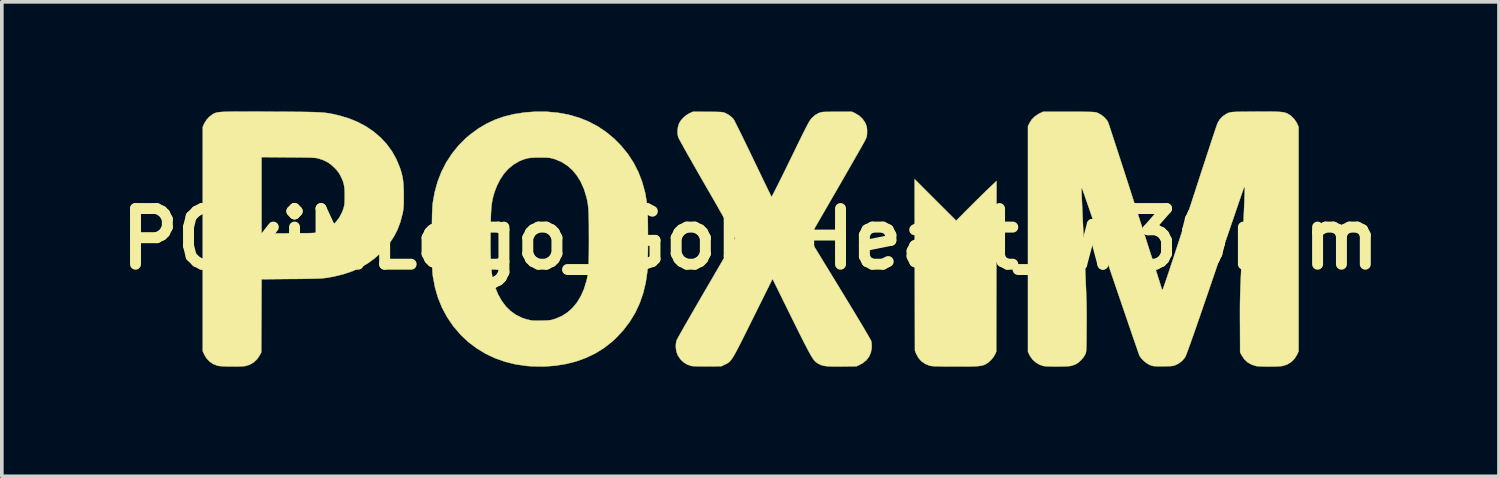
<source format=kicad_pcb>
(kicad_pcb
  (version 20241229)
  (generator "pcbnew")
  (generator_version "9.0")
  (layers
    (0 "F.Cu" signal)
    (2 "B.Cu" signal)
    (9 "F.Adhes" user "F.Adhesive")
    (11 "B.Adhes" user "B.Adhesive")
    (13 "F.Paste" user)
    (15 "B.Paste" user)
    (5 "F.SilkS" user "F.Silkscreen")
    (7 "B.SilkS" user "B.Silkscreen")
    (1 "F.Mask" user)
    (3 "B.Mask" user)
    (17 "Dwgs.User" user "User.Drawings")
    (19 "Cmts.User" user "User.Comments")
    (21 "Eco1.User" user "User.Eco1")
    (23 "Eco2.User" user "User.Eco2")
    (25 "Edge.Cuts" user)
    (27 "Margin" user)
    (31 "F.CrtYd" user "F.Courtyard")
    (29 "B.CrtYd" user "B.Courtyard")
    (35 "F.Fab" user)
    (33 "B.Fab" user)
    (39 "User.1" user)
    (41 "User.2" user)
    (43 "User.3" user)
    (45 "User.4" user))
  (footprint "POxiMLogo_GoldHeart_W30mm"
    (layer "F.Cu")
    (at 17.497 3.495)
    (property "Reference" "POxiMLogo_GoldHeart_W30mm" (at 0 0 0) (layer "F.SilkS") (effects (font (size 1.524 1.524) (thickness 0.3))))
    (attr through_hole)
    (fp_poly (pts (xy 5.254 -3.449) (xy 5.364 -3.399) (xy 5.417 -3.364) (xy 5.486 -3.297) (xy 5.549 -3.212) (xy 5.597 -3.121) (xy 5.616 -3.064) (xy 5.637 -2.981) (xy 5.648 -3.034) (xy 5.684 -3.137) (xy 5.744 -3.238) (xy 5.822 -3.329) (xy 5.913 -3.402) (xy 5.973 -3.435) (xy 6.044 -3.457) (xy 6.133 -3.469) (xy 6.23 -3.471) (xy 6.323 -3.462) (xy 6.401 -3.444) (xy 6.422 -3.435) (xy 6.5 -3.388) (xy 6.578 -3.322) (xy 6.648 -3.245) (xy 6.699 -3.167) (xy 6.704 -3.158) (xy 6.726 -3.108) (xy 6.739 -3.061) (xy 6.745 -3.007) (xy 6.746 -2.942) (xy 6.743 -2.872) (xy 6.733 -2.81) (xy 6.713 -2.749) (xy 6.681 -2.685) (xy 6.634 -2.61) (xy 6.569 -2.52) (xy 6.558 -2.506) (xy 6.529 -2.47) (xy 6.484 -2.419) (xy 6.425 -2.354) (xy 6.356 -2.279) (xy 6.278 -2.196) (xy 6.195 -2.109) (xy 6.108 -2.019) (xy 6.022 -1.93) (xy 5.938 -1.844) (xy 5.859 -1.765) (xy 5.788 -1.694) (xy 5.728 -1.635) (xy 5.681 -1.59) (xy 5.649 -1.563) (xy 5.637 -1.555) (xy 5.623 -1.566) (xy 5.591 -1.595) (xy 5.542 -1.642) (xy 5.479 -1.702) (xy 5.405 -1.775) (xy 5.323 -1.856) (xy 5.254 -1.925) (xy 5.108 -2.074) (xy 4.982 -2.205) (xy 4.876 -2.32) (xy 4.788 -2.422) (xy 4.715 -2.512) (xy 4.657 -2.593) (xy 4.61 -2.666) (xy 4.579 -2.723) (xy 4.549 -2.788) (xy 4.531 -2.838) (xy 4.523 -2.885) (xy 4.522 -2.936) (xy 4.537 -3.059) (xy 4.577 -3.169) (xy 4.638 -3.265) (xy 4.718 -3.345) (xy 4.811 -3.408) (xy 4.915 -3.451) (xy 5.026 -3.474) (xy 5.14 -3.474) (xy 5.254 -3.449)) (stroke (width 0.01) (type solid)) (fill yes) (layer "F.Mask"))
    (fp_poly (pts (xy 5.065 -1.071) (xy 5.634 -0.503) (xy 6.007 -0.878) (xy 6.105 -0.975) (xy 6.204 -1.074) (xy 6.301 -1.17) (xy 6.391 -1.258) (xy 6.471 -1.336) (xy 6.536 -1.398) (xy 6.56 -1.421) (xy 6.739 -1.589) (xy 6.735 0.749) (xy 6.731 3.087) (xy 6.697 3.16) (xy 6.654 3.233) (xy 6.593 3.306) (xy 6.524 3.371) (xy 6.457 3.419) (xy 6.449 3.422) (xy 6.415 3.439) (xy 6.38 3.452) (xy 6.341 3.463) (xy 6.296 3.472) (xy 6.241 3.479) (xy 6.173 3.484) (xy 6.089 3.487) (xy 5.986 3.489) (xy 5.861 3.49) (xy 5.71 3.49) (xy 5.606 3.49) (xy 5.444 3.49) (xy 5.309 3.489) (xy 5.199 3.487) (xy 5.11 3.485) (xy 5.041 3.483) (xy 4.987 3.479) (xy 4.947 3.474) (xy 4.917 3.469) (xy 4.91 3.467) (xy 4.789 3.42) (xy 4.685 3.348) (xy 4.601 3.255) (xy 4.54 3.143) (xy 4.54 3.143) (xy 4.505 3.057) (xy 4.501 0.709) (xy 4.497 -1.639) (xy 5.065 -1.071)) (stroke (width 0.01) (type solid)) (fill yes) (layer "F.SilkS"))
    (fp_poly (pts (xy -13.637 -3.489) (xy -13.43 -3.489) (xy -13.195 -3.488) (xy -13.135 -3.487) (xy -12.89 -3.486) (xy -12.673 -3.485) (xy -12.483 -3.483) (xy -12.316 -3.482) (xy -12.17 -3.48) (xy -12.044 -3.477) (xy -11.934 -3.474) (xy -11.839 -3.47) (xy -11.756 -3.466) (xy -11.683 -3.46) (xy -11.617 -3.453) (xy -11.557 -3.445) (xy -11.5 -3.435) (xy -11.444 -3.424) (xy -11.386 -3.412) (xy -11.324 -3.397) (xy -11.271 -3.385) (xy -11.007 -3.307) (xy -10.759 -3.207) (xy -10.529 -3.085) (xy -10.319 -2.943) (xy -10.129 -2.781) (xy -9.961 -2.601) (xy -9.816 -2.403) (xy -9.696 -2.19) (xy -9.607 -1.977) (xy -9.57 -1.868) (xy -9.542 -1.768) (xy -9.521 -1.671) (xy -9.507 -1.57) (xy -9.498 -1.458) (xy -9.493 -1.33) (xy -9.492 -1.189) (xy -9.492 -1.071) (xy -9.493 -0.978) (xy -9.496 -0.903) (xy -9.501 -0.842) (xy -9.507 -0.787) (xy -9.517 -0.734) (xy -9.526 -0.691) (xy -9.586 -0.463) (xy -9.664 -0.256) (xy -9.762 -0.066) (xy -9.883 0.114) (xy -10.031 0.288) (xy -10.093 0.352) (xy -10.272 0.515) (xy -10.463 0.656) (xy -10.67 0.777) (xy -10.894 0.878) (xy -11.137 0.96) (xy -11.403 1.026) (xy -11.603 1.062) (xy -11.646 1.067) (xy -11.697 1.072) (xy -11.758 1.077) (xy -11.832 1.081) (xy -11.921 1.084) (xy -12.029 1.086) (xy -12.158 1.089) (xy -12.311 1.091) (xy -12.49 1.093) (xy -12.574 1.093) (xy -13.385 1.101) (xy -13.394 3.103) (xy -13.437 3.184) (xy -13.51 3.292) (xy -13.604 3.379) (xy -13.715 3.442) (xy -13.831 3.477) (xy -13.88 3.483) (xy -13.952 3.487) (xy -14.04 3.489) (xy -14.139 3.49) (xy -14.241 3.49) (xy -14.342 3.487) (xy -14.434 3.484) (xy -14.51 3.479) (xy -14.566 3.473) (xy -14.583 3.47) (xy -14.703 3.425) (xy -14.808 3.355) (xy -14.894 3.263) (xy -14.951 3.167) (xy -14.995 3.072) (xy -14.995 -0.151) (xy -13.386 -0.151) (xy -12.643 -0.156) (xy -12.473 -0.157) (xy -12.33 -0.159) (xy -12.212 -0.16) (xy -12.116 -0.161) (xy -12.039 -0.163) (xy -11.977 -0.166) (xy -11.928 -0.169) (xy -11.89 -0.173) (xy -11.858 -0.178) (xy -11.831 -0.183) (xy -11.805 -0.19) (xy -11.785 -0.196) (xy -11.623 -0.26) (xy -11.48 -0.347) (xy -11.357 -0.457) (xy -11.256 -0.587) (xy -11.178 -0.737) (xy -11.15 -0.812) (xy -11.134 -0.864) (xy -11.123 -0.91) (xy -11.115 -0.957) (xy -11.111 -1.012) (xy -11.109 -1.084) (xy -11.108 -1.174) (xy -11.109 -1.296) (xy -11.115 -1.395) (xy -11.128 -1.48) (xy -11.148 -1.559) (xy -11.179 -1.638) (xy -11.218 -1.723) (xy -11.265 -1.806) (xy -11.326 -1.886) (xy -11.389 -1.952) (xy -11.489 -2.043) (xy -11.592 -2.112) (xy -11.707 -2.166) (xy -11.801 -2.197) (xy -11.828 -2.205) (xy -11.854 -2.212) (xy -11.883 -2.217) (xy -11.917 -2.222) (xy -11.959 -2.225) (xy -12.012 -2.228) (xy -12.08 -2.231) (xy -12.164 -2.232) (xy -12.268 -2.234) (xy -12.395 -2.235) (xy -12.548 -2.237) (xy -12.65 -2.237) (xy -13.386 -2.243) (xy -13.386 -0.151) (xy -14.995 -0.151) (xy -14.995 -3.072) (xy -14.951 -3.167) (xy -14.895 -3.26) (xy -14.819 -3.344) (xy -14.732 -3.411) (xy -14.703 -3.428) (xy -14.68 -3.439) (xy -14.657 -3.449) (xy -14.632 -3.457) (xy -14.602 -3.465) (xy -14.566 -3.471) (xy -14.522 -3.476) (xy -14.468 -3.48) (xy -14.402 -3.484) (xy -14.321 -3.486) (xy -14.224 -3.488) (xy -14.11 -3.489) (xy -13.975 -3.49) (xy -13.818 -3.49) (xy -13.637 -3.489)) (stroke (width 0.01) (type solid)) (fill yes) (layer "F.SilkS"))
    (fp_poly (pts (xy -5.58 -3.486) (xy -5.272 -3.458) (xy -4.977 -3.404) (xy -4.696 -3.323) (xy -4.429 -3.216) (xy -4.176 -3.082) (xy -3.939 -2.922) (xy -3.717 -2.736) (xy -3.54 -2.556) (xy -3.357 -2.331) (xy -3.199 -2.09) (xy -3.068 -1.833) (xy -2.963 -1.561) (xy -2.884 -1.275) (xy -2.832 -0.974) (xy -2.821 -0.878) (xy -2.818 -0.819) (xy -2.814 -0.735) (xy -2.811 -0.627) (xy -2.809 -0.502) (xy -2.807 -0.363) (xy -2.806 -0.214) (xy -2.806 -0.06) (xy -2.806 0.097) (xy -2.806 0.25) (xy -2.808 0.397) (xy -2.81 0.533) (xy -2.812 0.655) (xy -2.815 0.757) (xy -2.818 0.836) (xy -2.821 0.878) (xy -2.865 1.186) (xy -2.935 1.479) (xy -3.031 1.755) (xy -3.153 2.017) (xy -3.302 2.262) (xy -3.477 2.493) (xy -3.678 2.708) (xy -3.793 2.814) (xy -4.008 2.983) (xy -4.242 3.128) (xy -4.493 3.249) (xy -4.76 3.347) (xy -5.041 3.419) (xy -5.335 3.467) (xy -5.641 3.49) (xy -5.956 3.486) (xy -6.129 3.474) (xy -6.427 3.431) (xy -6.713 3.361) (xy -6.986 3.265) (xy -7.246 3.143) (xy -7.49 2.995) (xy -7.718 2.824) (xy -7.927 2.628) (xy -8.116 2.41) (xy -8.141 2.378) (xy -8.304 2.138) (xy -8.441 1.884) (xy -8.551 1.616) (xy -8.634 1.333) (xy -8.691 1.034) (xy -8.698 0.986) (xy -8.704 0.921) (xy -8.709 0.828) (xy -8.714 0.714) (xy -8.717 0.581) (xy -8.72 0.433) (xy -8.722 0.275) (xy -8.723 0.11) (xy -8.723 0.037) (xy -7.118 0.037) (xy -7.118 0.245) (xy -7.115 0.427) (xy -7.11 0.587) (xy -7.103 0.726) (xy -7.092 0.849) (xy -7.079 0.956) (xy -7.063 1.051) (xy -7.053 1.098) (xy -6.991 1.316) (xy -6.911 1.513) (xy -6.812 1.689) (xy -6.697 1.843) (xy -6.566 1.972) (xy -6.419 2.077) (xy -6.259 2.156) (xy -6.143 2.194) (xy -6.08 2.21) (xy -6.03 2.222) (xy -5.986 2.23) (xy -5.94 2.235) (xy -5.886 2.236) (xy -5.816 2.236) (xy -5.723 2.235) (xy -5.717 2.235) (xy -5.624 2.233) (xy -5.554 2.229) (xy -5.499 2.224) (xy -5.451 2.216) (xy -5.402 2.203) (xy -5.345 2.185) (xy -5.333 2.181) (xy -5.163 2.108) (xy -5.008 2.009) (xy -4.87 1.886) (xy -4.748 1.738) (xy -4.644 1.566) (xy -4.558 1.373) (xy -4.491 1.157) (xy -4.491 1.154) (xy -4.475 1.092) (xy -4.463 1.032) (xy -4.452 0.97) (xy -4.444 0.903) (xy -4.437 0.829) (xy -4.431 0.745) (xy -4.427 0.646) (xy -4.425 0.53) (xy -4.423 0.394) (xy -4.422 0.234) (xy -4.421 0.048) (xy -4.421 0) (xy -4.422 -0.193) (xy -4.422 -0.359) (xy -4.424 -0.5) (xy -4.427 -0.621) (xy -4.43 -0.723) (xy -4.435 -0.811) (xy -4.442 -0.887) (xy -4.45 -0.955) (xy -4.46 -1.017) (xy -4.472 -1.078) (xy -4.487 -1.139) (xy -4.49 -1.152) (xy -4.557 -1.369) (xy -4.643 -1.564) (xy -4.748 -1.735) (xy -4.87 -1.884) (xy -5.01 -2.008) (xy -5.166 -2.108) (xy -5.337 -2.182) (xy -5.39 -2.198) (xy -5.44 -2.212) (xy -5.487 -2.221) (xy -5.537 -2.228) (xy -5.599 -2.231) (xy -5.677 -2.233) (xy -5.771 -2.233) (xy -5.893 -2.231) (xy -5.993 -2.226) (xy -6.077 -2.216) (xy -6.152 -2.199) (xy -6.226 -2.174) (xy -6.307 -2.141) (xy -6.335 -2.128) (xy -6.485 -2.041) (xy -6.622 -1.929) (xy -6.746 -1.791) (xy -6.854 -1.631) (xy -6.945 -1.45) (xy -7.006 -1.288) (xy -7.029 -1.212) (xy -7.049 -1.139) (xy -7.065 -1.065) (xy -7.079 -0.987) (xy -7.089 -0.901) (xy -7.098 -0.803) (xy -7.104 -0.69) (xy -7.109 -0.558) (xy -7.113 -0.403) (xy -7.115 -0.221) (xy -7.116 -0.198) (xy -7.118 0.037) (xy -8.723 0.037) (xy -8.723 -0.057) (xy -8.722 -0.223) (xy -8.72 -0.384) (xy -8.718 -0.535) (xy -8.715 -0.673) (xy -8.71 -0.794) (xy -8.705 -0.893) (xy -8.699 -0.968) (xy -8.697 -0.986) (xy -8.644 -1.285) (xy -8.564 -1.571) (xy -8.459 -1.842) (xy -8.328 -2.098) (xy -8.172 -2.337) (xy -7.993 -2.559) (xy -7.79 -2.762) (xy -7.679 -2.856) (xy -7.458 -3.019) (xy -7.229 -3.156) (xy -6.988 -3.269) (xy -6.734 -3.357) (xy -6.465 -3.422) (xy -6.177 -3.466) (xy -5.9 -3.486) (xy -5.58 -3.486)) (stroke (width 0.01) (type solid)) (fill yes) (layer "F.SilkS"))
    (fp_poly (pts (xy 2.87 -3.443) (xy 2.977 -3.378) (xy 3.068 -3.293) (xy 3.137 -3.193) (xy 3.15 -3.167) (xy 3.173 -3.112) (xy 3.186 -3.064) (xy 3.193 -3.008) (xy 3.194 -2.942) (xy 3.193 -2.873) (xy 3.187 -2.821) (xy 3.173 -2.775) (xy 3.15 -2.722) (xy 3.146 -2.714) (xy 3.132 -2.687) (xy 3.104 -2.635) (xy 3.062 -2.561) (xy 3.009 -2.466) (xy 2.944 -2.353) (xy 2.87 -2.224) (xy 2.788 -2.08) (xy 2.698 -1.923) (xy 2.602 -1.756) (xy 2.501 -1.58) (xy 2.395 -1.397) (xy 2.352 -1.322) (xy 1.604 -0.029) (xy 2.446 1.348) (xy 2.58 1.568) (xy 2.705 1.774) (xy 2.821 1.964) (xy 2.925 2.138) (xy 3.019 2.294) (xy 3.101 2.431) (xy 3.17 2.549) (xy 3.226 2.645) (xy 3.268 2.719) (xy 3.296 2.769) (xy 3.308 2.795) (xy 3.308 2.796) (xy 3.319 2.861) (xy 3.322 2.943) (xy 3.32 2.98) (xy 3.298 3.106) (xy 3.249 3.219) (xy 3.174 3.317) (xy 3.075 3.397) (xy 3.003 3.437) (xy 2.904 3.484) (xy 2.516 3.489) (xy 2.371 3.49) (xy 2.253 3.489) (xy 2.156 3.486) (xy 2.079 3.48) (xy 2.015 3.471) (xy 1.962 3.458) (xy 1.916 3.441) (xy 1.873 3.42) (xy 1.849 3.407) (xy 1.827 3.393) (xy 1.805 3.379) (xy 1.784 3.361) (xy 1.762 3.339) (xy 1.739 3.31) (xy 1.713 3.275) (xy 1.684 3.23) (xy 1.651 3.175) (xy 1.613 3.108) (xy 1.57 3.027) (xy 1.52 2.932) (xy 1.462 2.82) (xy 1.397 2.691) (xy 1.322 2.542) (xy 1.238 2.372) (xy 1.143 2.18) (xy 1.037 1.965) (xy 0.918 1.724) (xy 0.865 1.616) (xy 0.606 1.09) (xy 0.068 2.173) (xy -0.034 2.379) (xy -0.124 2.559) (xy -0.202 2.716) (xy -0.27 2.851) (xy -0.329 2.966) (xy -0.38 3.063) (xy -0.424 3.143) (xy -0.462 3.209) (xy -0.495 3.262) (xy -0.525 3.304) (xy -0.552 3.337) (xy -0.578 3.363) (xy -0.603 3.384) (xy -0.63 3.401) (xy -0.658 3.416) (xy -0.689 3.431) (xy -0.701 3.437) (xy -0.8 3.484) (xy -1.174 3.487) (xy -1.282 3.487) (xy -1.383 3.486) (xy -1.472 3.484) (xy -1.545 3.481) (xy -1.596 3.478) (xy -1.614 3.476) (xy -1.728 3.437) (xy -1.832 3.373) (xy -1.92 3.286) (xy -1.989 3.182) (xy -1.992 3.176) (xy -2.024 3.083) (xy -2.041 2.979) (xy -2.04 2.875) (xy -2.022 2.782) (xy -2.017 2.767) (xy -2.005 2.744) (xy -1.979 2.695) (xy -1.94 2.625) (xy -1.888 2.534) (xy -1.826 2.423) (xy -1.753 2.296) (xy -1.671 2.154) (xy -1.582 1.999) (xy -1.486 1.833) (xy -1.384 1.657) (xy -1.277 1.473) (xy -1.205 1.349) (xy -1.096 1.163) (xy -0.992 0.984) (xy -0.893 0.814) (xy -0.801 0.655) (xy -0.716 0.508) (xy -0.639 0.376) (xy -0.572 0.26) (xy -0.516 0.161) (xy -0.471 0.083) (xy -0.439 0.025) (xy -0.42 -0.008) (xy -0.416 -0.017) (xy -0.422 -0.034) (xy -0.443 -0.075) (xy -0.478 -0.14) (xy -0.525 -0.225) (xy -0.583 -0.331) (xy -0.653 -0.455) (xy -0.732 -0.595) (xy -0.82 -0.75) (xy -0.916 -0.919) (xy -1.019 -1.099) (xy -1.129 -1.289) (xy -1.18 -1.377) (xy -1.288 -1.564) (xy -1.391 -1.745) (xy -1.49 -1.918) (xy -1.583 -2.081) (xy -1.668 -2.231) (xy -1.746 -2.368) (xy -1.814 -2.489) (xy -1.871 -2.593) (xy -1.917 -2.677) (xy -1.951 -2.739) (xy -1.971 -2.778) (xy -1.976 -2.79) (xy -1.993 -2.877) (xy -1.994 -2.976) (xy -1.981 -3.075) (xy -1.955 -3.16) (xy -1.905 -3.244) (xy -1.833 -3.325) (xy -1.75 -3.395) (xy -1.673 -3.44) (xy -1.578 -3.484) (xy -1.174 -3.483) (xy -1.048 -3.483) (xy -0.948 -3.482) (xy -0.872 -3.48) (xy -0.814 -3.477) (xy -0.77 -3.473) (xy -0.738 -3.467) (xy -0.712 -3.46) (xy -0.705 -3.457) (xy -0.619 -3.414) (xy -0.538 -3.358) (xy -0.474 -3.297) (xy -0.459 -3.278) (xy -0.446 -3.255) (xy -0.421 -3.207) (xy -0.385 -3.136) (xy -0.339 -3.044) (xy -0.284 -2.934) (xy -0.222 -2.808) (xy -0.154 -2.668) (xy -0.081 -2.517) (xy -0.003 -2.356) (xy 0.075 -2.193) (xy 0.155 -2.028) (xy 0.231 -1.87) (xy 0.302 -1.722) (xy 0.367 -1.587) (xy 0.426 -1.466) (xy 0.476 -1.362) (xy 0.518 -1.277) (xy 0.55 -1.212) (xy 0.57 -1.171) (xy 0.579 -1.155) (xy 0.579 -1.155) (xy 0.587 -1.166) (xy 0.607 -1.203) (xy 0.639 -1.263) (xy 0.68 -1.345) (xy 0.731 -1.445) (xy 0.79 -1.563) (xy 0.856 -1.695) (xy 0.928 -1.841) (xy 1.005 -1.998) (xy 1.085 -2.163) (xy 1.099 -2.19) (xy 1.194 -2.385) (xy 1.276 -2.555) (xy 1.348 -2.701) (xy 1.409 -2.825) (xy 1.461 -2.93) (xy 1.506 -3.018) (xy 1.542 -3.09) (xy 1.573 -3.148) (xy 1.599 -3.194) (xy 1.621 -3.231) (xy 1.64 -3.26) (xy 1.657 -3.283) (xy 1.673 -3.302) (xy 1.69 -3.32) (xy 1.694 -3.324) (xy 1.778 -3.397) (xy 1.864 -3.445) (xy 1.87 -3.448) (xy 1.898 -3.458) (xy 1.924 -3.467) (xy 1.953 -3.473) (xy 1.99 -3.478) (xy 2.037 -3.481) (xy 2.1 -3.482) (xy 2.182 -3.483) (xy 2.288 -3.484) (xy 2.371 -3.484) (xy 2.782 -3.484) (xy 2.87 -3.443)) (stroke (width 0.01) (type solid)) (fill yes) (layer "F.SilkS"))
    (fp_poly (pts (xy 14.269 -3.489) (xy 14.371 -3.487) (xy 14.454 -3.484) (xy 14.522 -3.479) (xy 14.576 -3.473) (xy 14.621 -3.464) (xy 14.658 -3.453) (xy 14.692 -3.44) (xy 14.718 -3.428) (xy 14.806 -3.369) (xy 14.887 -3.289) (xy 14.95 -3.198) (xy 14.966 -3.167) (xy 15.01 -3.072) (xy 15.01 3.072) (xy 14.966 3.167) (xy 14.9 3.275) (xy 14.811 3.364) (xy 14.705 3.431) (xy 14.584 3.473) (xy 14.578 3.474) (xy 14.532 3.48) (xy 14.462 3.485) (xy 14.374 3.489) (xy 14.276 3.49) (xy 14.173 3.491) (xy 14.073 3.49) (xy 13.982 3.487) (xy 13.907 3.483) (xy 13.853 3.478) (xy 13.847 3.477) (xy 13.723 3.438) (xy 13.612 3.374) (xy 13.52 3.286) (xy 13.452 3.184) (xy 13.409 3.103) (xy 13.406 2.333) (xy 13.405 2.202) (xy 13.405 2.083) (xy 13.405 1.973) (xy 13.405 1.869) (xy 13.406 1.768) (xy 13.408 1.668) (xy 13.41 1.565) (xy 13.413 1.457) (xy 13.417 1.341) (xy 13.422 1.214) (xy 13.428 1.073) (xy 13.435 0.916) (xy 13.443 0.739) (xy 13.453 0.541) (xy 13.464 0.317) (xy 13.475 0.076) (xy 13.486 -0.134) (xy 13.495 -0.336) (xy 13.504 -0.527) (xy 13.512 -0.705) (xy 13.519 -0.868) (xy 13.525 -1.015) (xy 13.53 -1.142) (xy 13.534 -1.249) (xy 13.536 -1.332) (xy 13.537 -1.39) (xy 13.537 -1.42) (xy 13.536 -1.424) (xy 13.524 -1.422) (xy 13.509 -1.397) (xy 13.508 -1.394) (xy 13.501 -1.375) (xy 13.485 -1.328) (xy 13.46 -1.256) (xy 13.427 -1.16) (xy 13.386 -1.041) (xy 13.339 -0.902) (xy 13.284 -0.742) (xy 13.224 -0.566) (xy 13.158 -0.373) (xy 13.087 -0.165) (xy 13.011 0.055) (xy 12.932 0.287) (xy 12.849 0.529) (xy 12.764 0.779) (xy 12.721 0.907) (xy 12.612 1.225) (xy 12.513 1.515) (xy 12.422 1.778) (xy 12.341 2.016) (xy 12.267 2.229) (xy 12.202 2.418) (xy 12.144 2.585) (xy 12.092 2.73) (xy 12.048 2.855) (xy 12.01 2.961) (xy 11.978 3.048) (xy 11.952 3.118) (xy 11.931 3.172) (xy 11.914 3.211) (xy 11.903 3.236) (xy 11.898 3.244) (xy 11.824 3.332) (xy 11.729 3.406) (xy 11.625 3.457) (xy 11.59 3.467) (xy 11.549 3.475) (xy 11.497 3.48) (xy 11.427 3.482) (xy 11.335 3.484) (xy 11.282 3.484) (xy 11.186 3.484) (xy 11.114 3.483) (xy 11.061 3.48) (xy 11.021 3.475) (xy 10.989 3.468) (xy 10.958 3.457) (xy 10.924 3.441) (xy 10.92 3.44) (xy 10.847 3.397) (xy 10.773 3.337) (xy 10.707 3.271) (xy 10.66 3.205) (xy 10.654 3.193) (xy 10.646 3.174) (xy 10.63 3.127) (xy 10.604 3.055) (xy 10.571 2.959) (xy 10.53 2.84) (xy 10.481 2.7) (xy 10.427 2.541) (xy 10.366 2.364) (xy 10.3 2.171) (xy 10.229 1.963) (xy 10.154 1.742) (xy 10.074 1.51) (xy 9.992 1.268) (xy 9.907 1.018) (xy 9.864 0.892) (xy 9.778 0.639) (xy 9.694 0.393) (xy 9.614 0.158) (xy 9.537 -0.068) (xy 9.464 -0.28) (xy 9.396 -0.479) (xy 9.334 -0.661) (xy 9.277 -0.827) (xy 9.226 -0.974) (xy 9.182 -1.101) (xy 9.146 -1.206) (xy 9.117 -1.287) (xy 9.097 -1.344) (xy 9.086 -1.374) (xy 9.084 -1.379) (xy 9.068 -1.387) (xy 9.065 -1.386) (xy 9.064 -1.37) (xy 9.066 -1.325) (xy 9.068 -1.255) (xy 9.072 -1.16) (xy 9.077 -1.042) (xy 9.083 -0.905) (xy 9.09 -0.749) (xy 9.098 -0.577) (xy 9.106 -0.39) (xy 9.116 -0.192) (xy 9.126 0.017) (xy 9.133 0.168) (xy 9.146 0.425) (xy 9.157 0.653) (xy 9.167 0.856) (xy 9.175 1.037) (xy 9.182 1.198) (xy 9.188 1.341) (xy 9.193 1.47) (xy 9.197 1.587) (xy 9.201 1.694) (xy 9.203 1.795) (xy 9.205 1.891) (xy 9.206 1.986) (xy 9.206 2.082) (xy 9.206 2.181) (xy 9.206 2.287) (xy 9.205 2.401) (xy 9.204 2.564) (xy 9.203 2.699) (xy 9.202 2.809) (xy 9.201 2.898) (xy 9.199 2.968) (xy 9.196 3.021) (xy 9.193 3.062) (xy 9.189 3.093) (xy 9.184 3.116) (xy 9.178 3.135) (xy 9.17 3.153) (xy 9.167 3.16) (xy 9.124 3.233) (xy 9.063 3.306) (xy 8.994 3.371) (xy 8.927 3.419) (xy 8.919 3.422) (xy 8.861 3.447) (xy 8.795 3.468) (xy 8.77 3.474) (xy 8.726 3.48) (xy 8.659 3.484) (xy 8.574 3.487) (xy 8.478 3.489) (xy 8.376 3.489) (xy 8.276 3.489) (xy 8.183 3.487) (xy 8.105 3.483) (xy 8.046 3.479) (xy 8.025 3.476) (xy 7.916 3.44) (xy 7.814 3.378) (xy 7.725 3.298) (xy 7.656 3.202) (xy 7.64 3.171) (xy 7.6 3.087) (xy 7.6 -3.087) (xy 7.64 -3.171) (xy 7.704 -3.273) (xy 7.793 -3.361) (xy 7.901 -3.431) (xy 7.913 -3.437) (xy 8.012 -3.484) (xy 8.721 -3.484) (xy 8.886 -3.484) (xy 9.024 -3.484) (xy 9.137 -3.483) (xy 9.228 -3.482) (xy 9.301 -3.481) (xy 9.357 -3.479) (xy 9.401 -3.476) (xy 9.434 -3.473) (xy 9.46 -3.468) (xy 9.481 -3.462) (xy 9.501 -3.455) (xy 9.517 -3.449) (xy 9.608 -3.399) (xy 9.692 -3.331) (xy 9.761 -3.253) (xy 9.794 -3.197) (xy 9.802 -3.177) (xy 9.818 -3.13) (xy 9.842 -3.058) (xy 9.873 -2.962) (xy 9.911 -2.846) (xy 9.955 -2.71) (xy 10.005 -2.557) (xy 10.06 -2.389) (xy 10.119 -2.207) (xy 10.182 -2.013) (xy 10.248 -1.809) (xy 10.316 -1.598) (xy 10.386 -1.381) (xy 10.457 -1.159) (xy 10.529 -0.936) (xy 10.601 -0.712) (xy 10.672 -0.49) (xy 10.743 -0.272) (xy 10.811 -0.059) (xy 10.877 0.147) (xy 10.94 0.343) (xy 10.999 0.528) (xy 11.054 0.7) (xy 11.104 0.857) (xy 11.148 0.997) (xy 11.186 1.118) (xy 11.218 1.219) (xy 11.242 1.297) (xy 11.259 1.35) (xy 11.266 1.377) (xy 11.267 1.38) (xy 11.279 1.387) (xy 11.286 1.387) (xy 11.293 1.373) (xy 11.309 1.33) (xy 11.334 1.26) (xy 11.368 1.163) (xy 11.409 1.04) (xy 11.459 0.892) (xy 11.516 0.719) (xy 11.581 0.523) (xy 11.653 0.304) (xy 11.732 0.062) (xy 11.817 -0.2) (xy 11.909 -0.484) (xy 12.007 -0.787) (xy 12.028 -0.85) (xy 12.11 -1.104) (xy 12.19 -1.351) (xy 12.268 -1.59) (xy 12.342 -1.819) (xy 12.413 -2.035) (xy 12.479 -2.238) (xy 12.541 -2.426) (xy 12.597 -2.597) (xy 12.647 -2.749) (xy 12.691 -2.881) (xy 12.728 -2.992) (xy 12.758 -3.079) (xy 12.779 -3.141) (xy 12.792 -3.176) (xy 12.794 -3.181) (xy 12.856 -3.28) (xy 12.94 -3.366) (xy 13.04 -3.431) (xy 13.078 -3.449) (xy 13.1 -3.457) (xy 13.121 -3.464) (xy 13.145 -3.47) (xy 13.175 -3.474) (xy 13.213 -3.478) (xy 13.264 -3.481) (xy 13.329 -3.483) (xy 13.412 -3.485) (xy 13.516 -3.486) (xy 13.644 -3.487) (xy 13.799 -3.488) (xy 13.821 -3.489) (xy 13.997 -3.49) (xy 14.145 -3.49) (xy 14.269 -3.489)) (stroke (width 0.01) (type solid)) (fill yes) (layer "F.SilkS")))
  (gr_rect
    (start -3 -3)
    (end 37.994 9.991)
    (stroke (width 0.1) (type default))
    (fill no)
    (layer "Edge.Cuts")))
</source>
